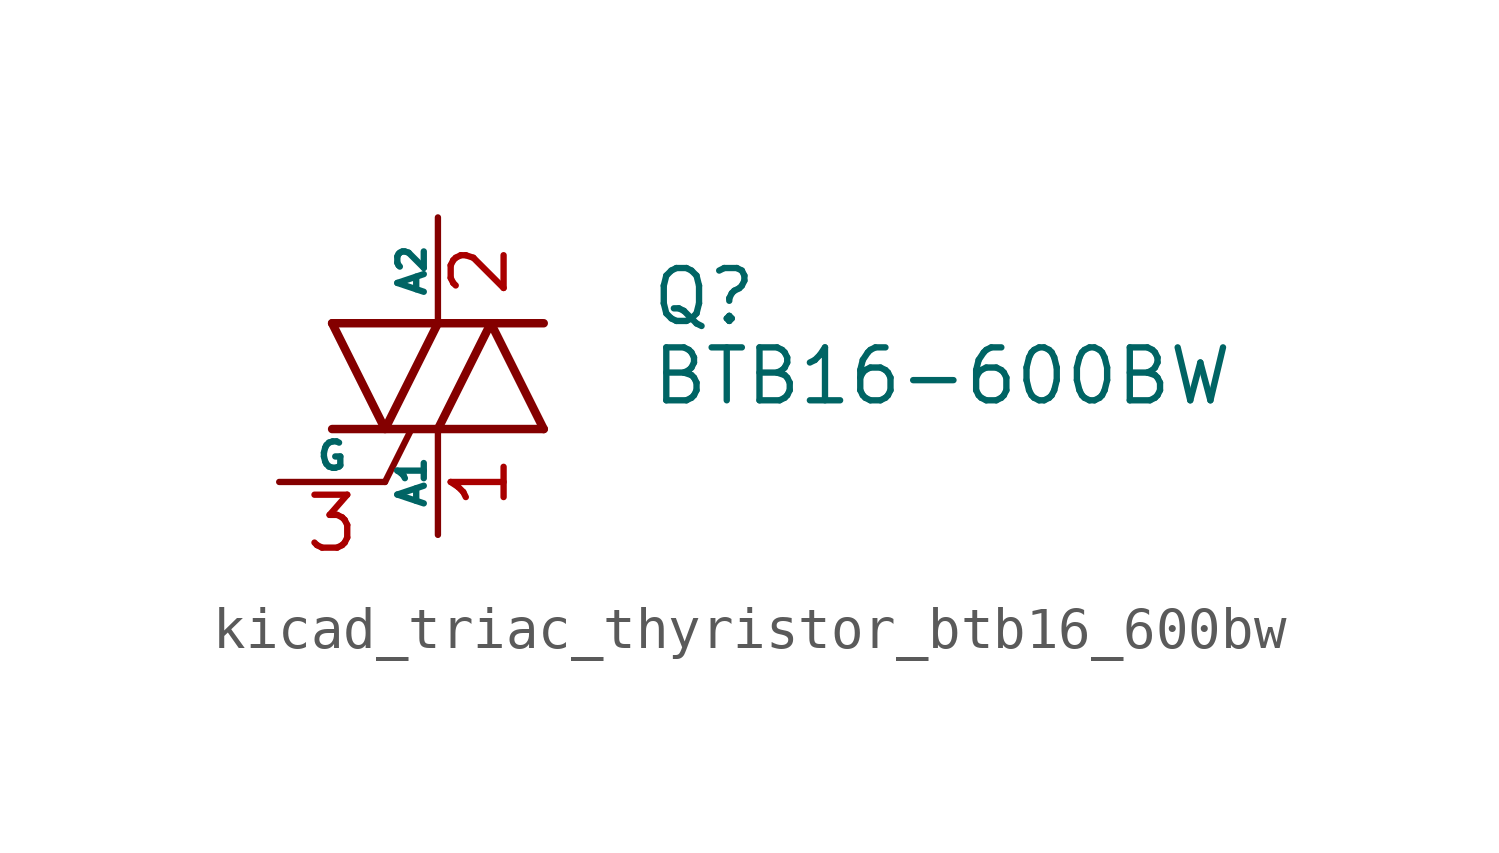
<source format=kicad_sym>
(kicad_symbol_lib
  (version 20220914)
  (generator kicad_symbol_editor)
  (symbol "kicad_triac_thyristor_btb16_600bw"
    (pin_names
      (offset 0))
    (property "Reference" "Q"
      (at 5.08 1.905 0)
      (effects (font (size 1.27 1.27)) (justify left)))
    (property "Value" "BTB16-600BW"
      (at 5.08 0 0)
      (effects (font (size 1.27 1.27)) (justify left)))
    (symbol "kicad_triac_thyristor_btb16_600bw_0_1"
      (polyline (pts (xy -2.54 -1.27) (xy 2.54 -1.27)) (stroke (width 0.203) (type default)) (fill (type none)))
      (polyline (pts (xy -2.54 1.27) (xy 2.54 1.27)) (stroke (width 0.203) (type default)) (fill (type none)))
      (polyline (pts (xy -1.27 -2.54) (xy -0.635 -1.27)) (stroke (width 0) (type default)) (fill (type none)))
      (polyline (pts (xy -2.54 1.27) (xy -1.27 -1.27) (xy 0 1.27)) (stroke (width 0.203) (type default)) (fill (type none)))
      (polyline (pts (xy 0 -1.27) (xy 1.27 1.27) (xy 2.54 -1.27)) (stroke (width 0.203) (type default)) (fill (type none))))
    (symbol "kicad_triac_thyristor_btb16_600bw_1_1"
      (pin passive line (at 0 -3.81 90) (length 2.54) (name "A1" (effects (font (size 0.635 0.635)))) (number "1" (effects (font (size 1.27 1.27)))))
      (pin passive line (at 0 3.81 270) (length 2.54) (name "A2" (effects (font (size 0.635 0.635)))) (number "2" (effects (font (size 1.27 1.27)))))
      (pin input line (at -3.81 -2.54 0) (length 2.54) (name "G" (effects (font (size 0.635 0.635)))) (number "3" (effects (font (size 1.27 1.27))))))))
</source>
